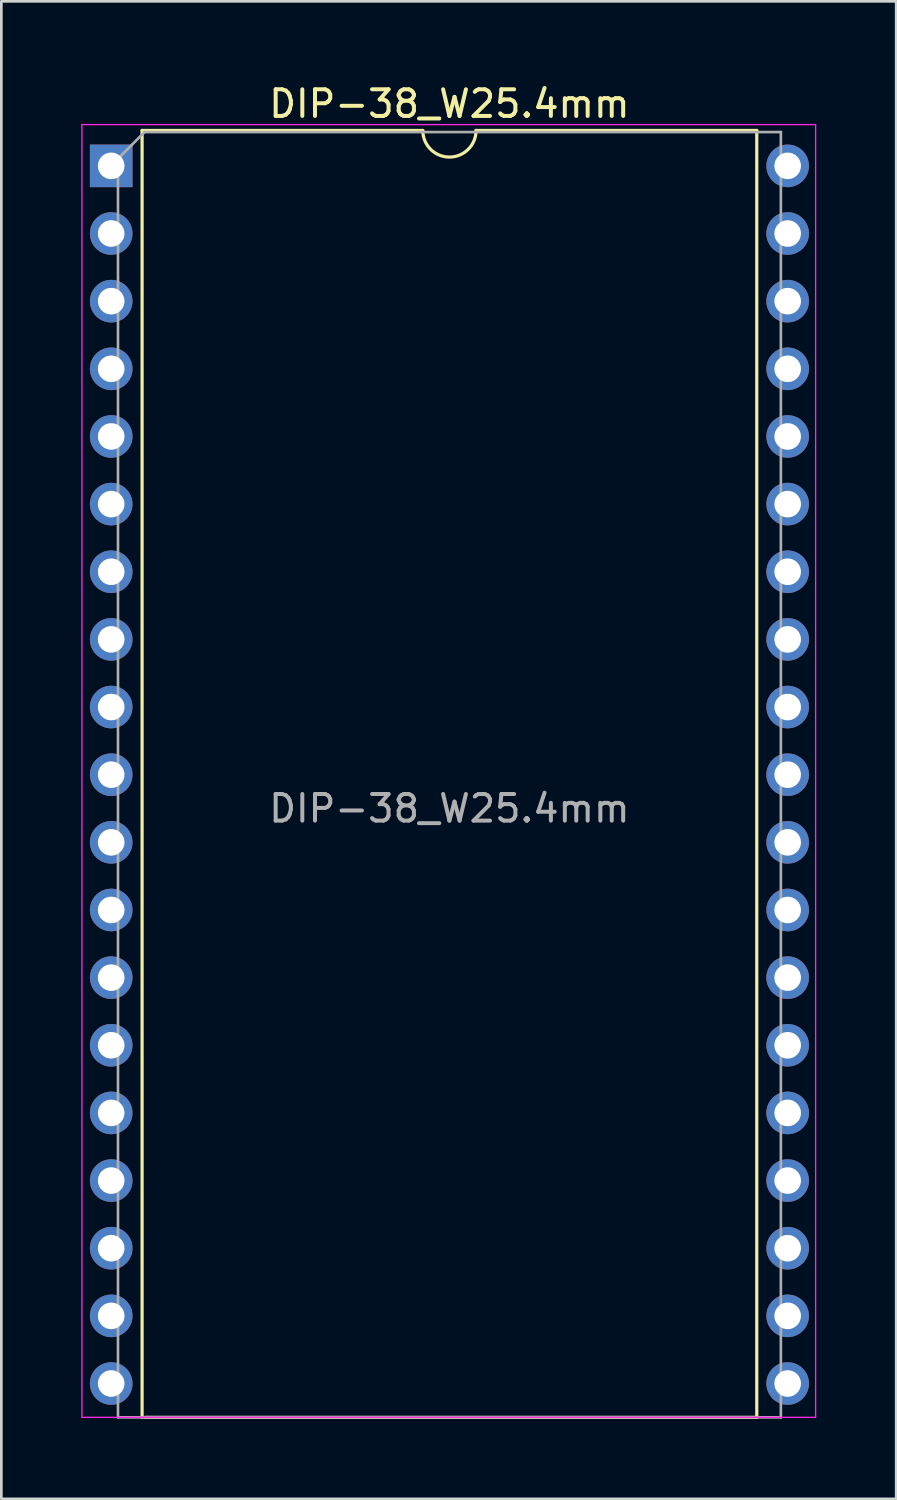
<source format=kicad_pcb>
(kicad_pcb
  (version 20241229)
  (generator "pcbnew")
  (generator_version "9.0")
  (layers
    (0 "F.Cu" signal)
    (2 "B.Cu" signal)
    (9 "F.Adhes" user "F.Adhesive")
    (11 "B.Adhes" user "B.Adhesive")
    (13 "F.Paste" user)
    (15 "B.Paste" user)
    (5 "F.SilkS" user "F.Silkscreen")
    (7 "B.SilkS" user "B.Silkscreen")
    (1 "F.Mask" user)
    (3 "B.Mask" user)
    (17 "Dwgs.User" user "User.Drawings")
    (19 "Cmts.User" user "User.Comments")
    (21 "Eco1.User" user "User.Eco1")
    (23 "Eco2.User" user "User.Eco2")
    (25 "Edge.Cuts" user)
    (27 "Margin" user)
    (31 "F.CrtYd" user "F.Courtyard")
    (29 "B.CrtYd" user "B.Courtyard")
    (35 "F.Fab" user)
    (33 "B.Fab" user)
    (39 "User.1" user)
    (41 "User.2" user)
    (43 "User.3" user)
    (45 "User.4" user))
  (footprint "DIP-38_W25.4mm"
    (layer "F.Cu")
    (at 1.125 3.178)
    (property "Reference" "DIP-38_W25.4mm" (at 12.7 -2.33 0) (layer "F.SilkS") (effects (font (size 1 1) (thickness 0.15))))
    (attr through_hole)
    (fp_line (start 1.16 -1.33) (end 1.16 46.99) (stroke (width 0.12) (type solid)) (layer "F.SilkS"))
    (fp_line (start 1.27 46.99) (end 24.24 46.99) (stroke (width 0.12) (type solid)) (layer "F.SilkS"))
    (fp_line (start 11.7 -1.33) (end 1.16 -1.33) (stroke (width 0.12) (type solid)) (layer "F.SilkS"))
    (fp_line (start 24.24 -1.33) (end 13.7 -1.33) (stroke (width 0.12) (type solid)) (layer "F.SilkS"))
    (fp_line (start 24.24 46.99) (end 24.24 -1.33) (stroke (width 0.12) (type solid)) (layer "F.SilkS"))
    (fp_arc (start 13.7 -1.33) (mid 12.7 -0.33) (end 11.7 -1.33) (stroke (width 0.12) (type solid)) (layer "F.SilkS"))
    (fp_line (start -1.1 -1.55) (end -1.1 46.99) (stroke (width 0.05) (type solid)) (layer "F.CrtYd"))
    (fp_line (start -1.1 46.99) (end 26.45 46.99) (stroke (width 0.05) (type solid)) (layer "F.CrtYd"))
    (fp_line (start 26.45 -1.55) (end -1.1 -1.55) (stroke (width 0.05) (type solid)) (layer "F.CrtYd"))
    (fp_line (start 26.45 46.99) (end 26.45 -1.55) (stroke (width 0.05) (type solid)) (layer "F.CrtYd"))
    (fp_line (start 0.255 -0.27) (end 1.255 -1.27) (stroke (width 0.1) (type solid)) (layer "F.Fab"))
    (fp_line (start 0.255 46.99) (end 0.255 -0.27) (stroke (width 0.1) (type solid)) (layer "F.Fab"))
    (fp_line (start 1.255 -1.27) (end 25.145 -1.27) (stroke (width 0.1) (type solid)) (layer "F.Fab"))
    (fp_line (start 25.145 -1.27) (end 25.145 46.99) (stroke (width 0.1) (type solid)) (layer "F.Fab"))
    (fp_line (start 25.145 46.99) (end 0.255 46.99) (stroke (width 0.1) (type solid)) (layer "F.Fab"))
    (fp_text user "${REFERENCE}" (at 12.7 24.13 0) (layer "F.Fab") (effects (font (size 1 1) (thickness 0.15))))
    (pad "1" thru_hole rect (at 0 0) (size 1.6 1.6) (drill 1) (layers "*.Cu" "*.Mask"))
    (pad "2" thru_hole oval (at 0 2.54) (size 1.6 1.6) (drill 1) (layers "*.Cu" "*.Mask"))
    (pad "3" thru_hole oval (at 0 5.08) (size 1.6 1.6) (drill 1) (layers "*.Cu" "*.Mask"))
    (pad "4,5" thru_hole oval (at 0 7.62) (size 1.6 1.6) (drill 1) (layers "*.Cu" "*.Mask"))
    (pad "5" thru_hole oval (at 0 10.16) (size 1.6 1.6) (drill 1) (layers "*.Cu" "*.Mask"))
    (pad "6" thru_hole oval (at 0 12.7) (size 1.6 1.6) (drill 1) (layers "*.Cu" "*.Mask"))
    (pad "7" thru_hole oval (at 0 15.24) (size 1.6 1.6) (drill 1) (layers "*.Cu" "*.Mask"))
    (pad "8" thru_hole oval (at 0 17.78) (size 1.6 1.6) (drill 1) (layers "*.Cu" "*.Mask"))
    (pad "9" thru_hole oval (at 0 20.32) (size 1.6 1.6) (drill 1) (layers "*.Cu" "*.Mask"))
    (pad "10" thru_hole oval (at 0 22.86) (size 1.6 1.6) (drill 1) (layers "*.Cu" "*.Mask"))
    (pad "11" thru_hole oval (at 0 25.4) (size 1.6 1.6) (drill 1) (layers "*.Cu" "*.Mask"))
    (pad "12" thru_hole oval (at 0 27.94) (size 1.6 1.6) (drill 1) (layers "*.Cu" "*.Mask"))
    (pad "13" thru_hole oval (at 0 30.48) (size 1.6 1.6) (drill 1) (layers "*.Cu" "*.Mask"))
    (pad "14" thru_hole oval (at 0 33.02) (size 1.6 1.6) (drill 1) (layers "*.Cu" "*.Mask"))
    (pad "15" thru_hole oval (at 0 35.56) (size 1.6 1.6) (drill 1) (layers "*.Cu" "*.Mask"))
    (pad "16" thru_hole oval (at 0 38.1) (size 1.6 1.6) (drill 1) (layers "*.Cu" "*.Mask"))
    (pad "17" thru_hole oval (at 0 40.64) (size 1.6 1.6) (drill 1) (layers "*.Cu" "*.Mask"))
    (pad "18" thru_hole oval (at 0 43.18) (size 1.6 1.6) (drill 1) (layers "*.Cu" "*.Mask"))
    (pad "19" thru_hole oval (at 0 45.72) (size 1.6 1.6) (drill 1) (layers "*.Cu" "*.Mask"))
    (pad "20" thru_hole oval (at 25.4 45.72) (size 1.6 1.6) (drill 1) (layers "*.Cu" "*.Mask"))
    (pad "21" thru_hole oval (at 25.4 43.18) (size 1.6 1.6) (drill 1) (layers "*.Cu" "*.Mask"))
    (pad "22" thru_hole oval (at 25.4 40.64) (size 1.6 1.6) (drill 1) (layers "*.Cu" "*.Mask"))
    (pad "23" thru_hole oval (at 25.4 38.1) (size 1.6 1.6) (drill 1) (layers "*.Cu" "*.Mask"))
    (pad "24" thru_hole oval (at 25.4 35.56) (size 1.6 1.6) (drill 1) (layers "*.Cu" "*.Mask"))
    (pad "25" thru_hole oval (at 25.4 33.02) (size 1.6 1.6) (drill 1) (layers "*.Cu" "*.Mask"))
    (pad "26" thru_hole oval (at 25.4 30.48) (size 1.6 1.6) (drill 1) (layers "*.Cu" "*.Mask"))
    (pad "27" thru_hole oval (at 25.4 27.94) (size 1.6 1.6) (drill 1) (layers "*.Cu" "*.Mask"))
    (pad "28" thru_hole oval (at 25.4 25.4) (size 1.6 1.6) (drill 1) (layers "*.Cu" "*.Mask"))
    (pad "29" thru_hole oval (at 25.4 22.86) (size 1.6 1.6) (drill 1) (layers "*.Cu" "*.Mask"))
    (pad "30" thru_hole oval (at 25.4 20.32) (size 1.6 1.6) (drill 1) (layers "*.Cu" "*.Mask"))
    (pad "31" thru_hole oval (at 25.4 17.78) (size 1.6 1.6) (drill 1) (layers "*.Cu" "*.Mask"))
    (pad "32" thru_hole oval (at 25.4 15.24) (size 1.6 1.6) (drill 1) (layers "*.Cu" "*.Mask"))
    (pad "33" thru_hole oval (at 25.4 12.7) (size 1.6 1.6) (drill 1) (layers "*.Cu" "*.Mask"))
    (pad "34" thru_hole oval (at 25.4 10.16) (size 1.6 1.6) (drill 1) (layers "*.Cu" "*.Mask"))
    (pad "35" thru_hole oval (at 25.4 7.62) (size 1.6 1.6) (drill 1) (layers "*.Cu" "*.Mask"))
    (pad "36" thru_hole oval (at 25.4 5.08) (size 1.6 1.6) (drill 1) (layers "*.Cu" "*.Mask"))
    (pad "37" thru_hole oval (at 25.4 2.54) (size 1.6 1.6) (drill 1) (layers "*.Cu" "*.Mask"))
    (pad "38" thru_hole oval (at 25.4 0) (size 1.6 1.6) (drill 1) (layers "*.Cu" "*.Mask")))
  (gr_rect
    (start -3 -3)
    (end 30.6 53.228)
    (stroke (width 0.1) (type default))
    (fill no)
    (layer "Edge.Cuts")))
</source>
